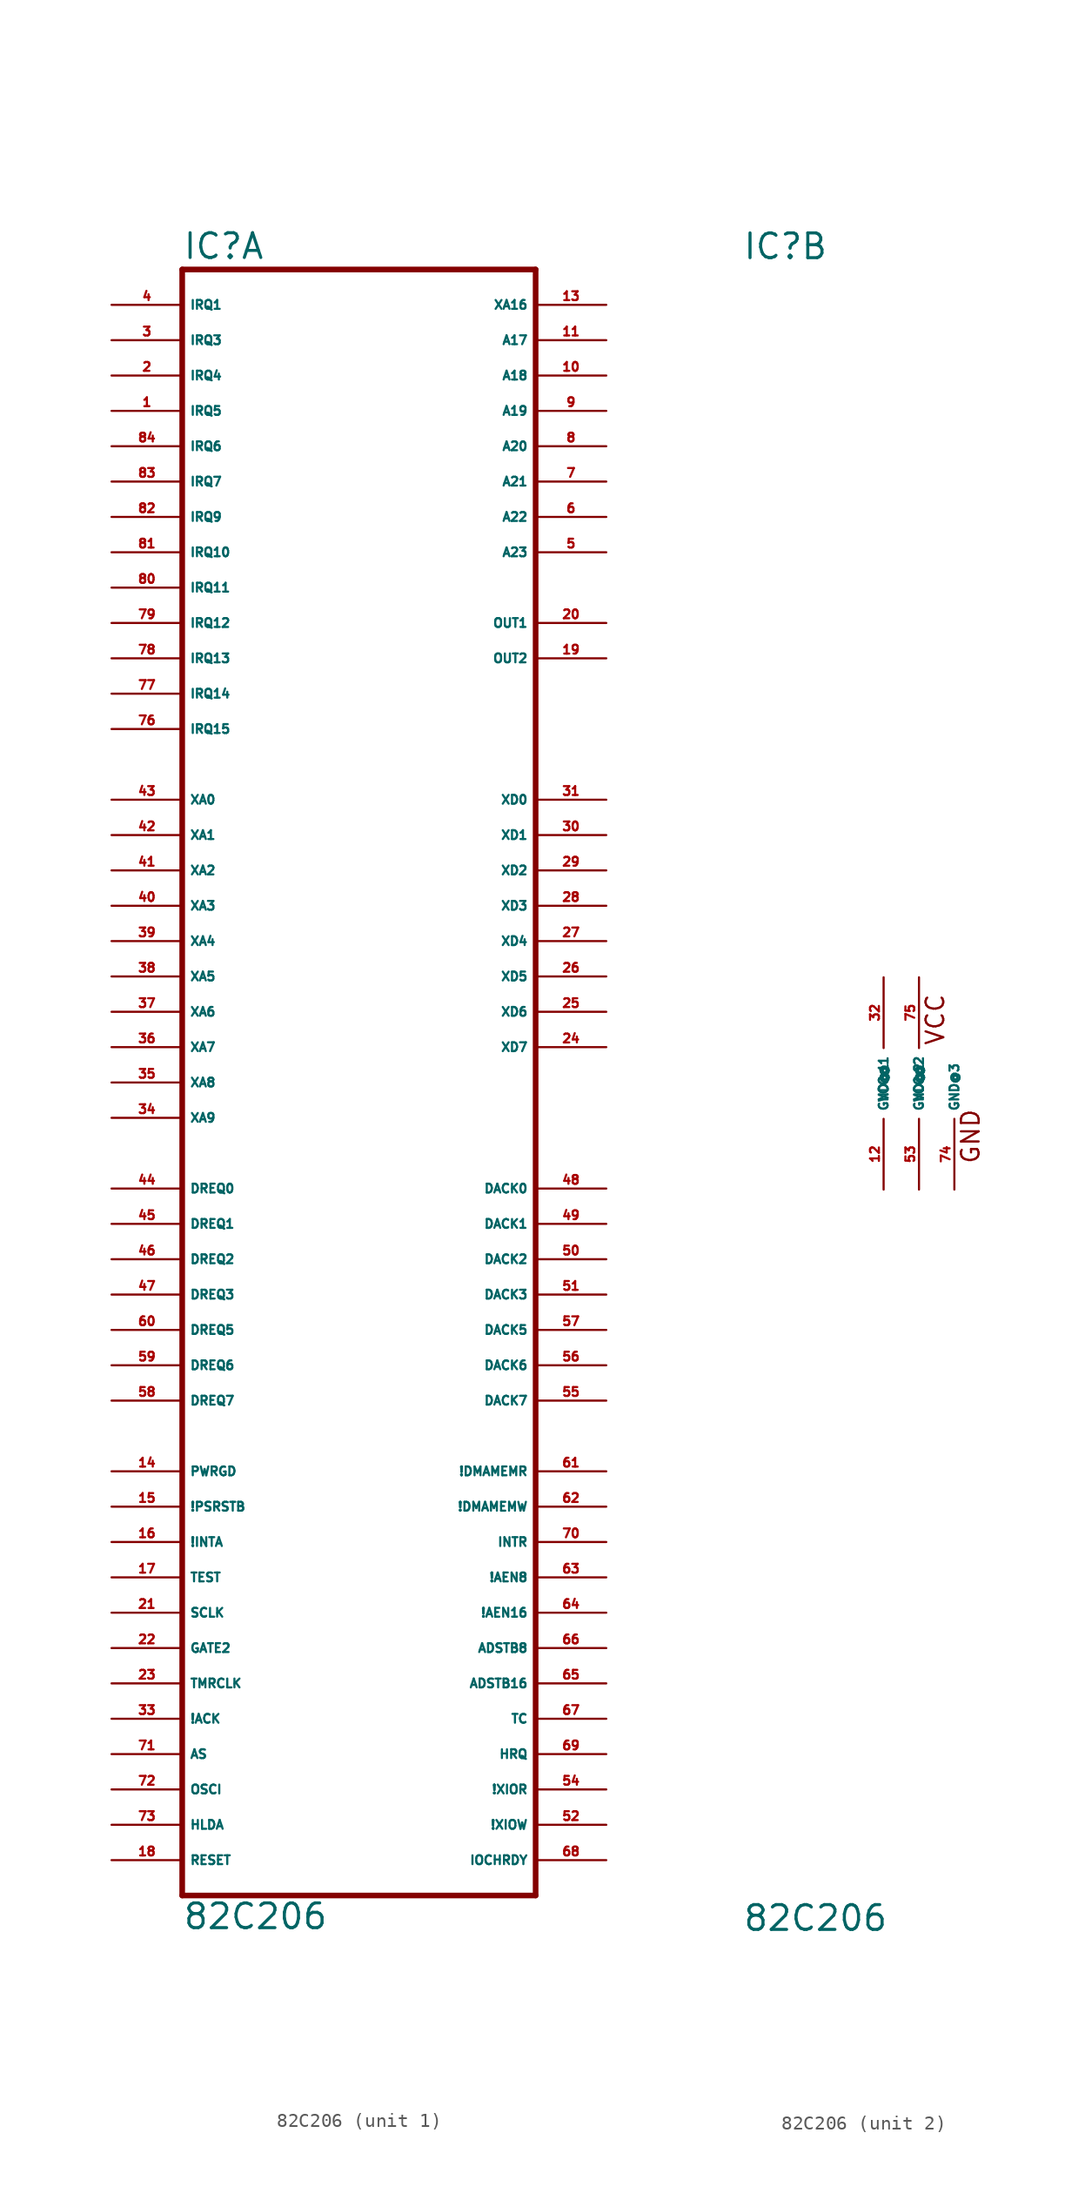
<source format=kicad_sym>
(kicad_symbol_lib
  (version 20220914)
  (generator Eagle2Kicad)
  (symbol "82C206"
    (property "Reference" "IC"
      (at -12.7 59.055 0)
      (effects (font (size 1.778 1.778) (thickness 0.22)) (justify left bottom)))
    (property "Value" "82C206"
      (at -12.7 -60.96 0)
      (effects (font (size 1.778 1.778) (thickness 0.22)) (justify left bottom)))
    (symbol "82C206_1_0"
      (polyline (pts (xy -12.7 -58.42) (xy 12.7 -58.42)) (stroke (width 0.406) (type default)) (fill (type none)))
      (polyline (pts (xy 12.7 -58.42) (xy 12.7 58.42)) (stroke (width 0.406) (type default)) (fill (type none)))
      (polyline (pts (xy 12.7 58.42) (xy -12.7 58.42)) (stroke (width 0.406) (type default)) (fill (type none)))
      (polyline (pts (xy -12.7 58.42) (xy -12.7 -58.42)) (stroke (width 0.406) (type default)) (fill (type none)))
      (pin input line (at -17.78 55.88 0) (length 5.08) (name "IRQ1" (effects (font (size 0.635 0.635) (thickness 0.08)) (justify left bottom))) (number "4" (effects (font (size 0.635 0.635) (thickness 0.08)) (justify left bottom))))
      (pin input line (at -17.78 53.34 0) (length 5.08) (name "IRQ3" (effects (font (size 0.635 0.635) (thickness 0.08)) (justify left bottom))) (number "3" (effects (font (size 0.635 0.635) (thickness 0.08)) (justify left bottom))))
      (pin input line (at -17.78 50.8 0) (length 5.08) (name "IRQ4" (effects (font (size 0.635 0.635) (thickness 0.08)) (justify left bottom))) (number "2" (effects (font (size 0.635 0.635) (thickness 0.08)) (justify left bottom))))
      (pin input line (at -17.78 48.26 0) (length 5.08) (name "IRQ5" (effects (font (size 0.635 0.635) (thickness 0.08)) (justify left bottom))) (number "1" (effects (font (size 0.635 0.635) (thickness 0.08)) (justify left bottom))))
      (pin input line (at -17.78 45.72 0) (length 5.08) (name "IRQ6" (effects (font (size 0.635 0.635) (thickness 0.08)) (justify left bottom))) (number "84" (effects (font (size 0.635 0.635) (thickness 0.08)) (justify left bottom))))
      (pin input line (at -17.78 43.18 0) (length 5.08) (name "IRQ7" (effects (font (size 0.635 0.635) (thickness 0.08)) (justify left bottom))) (number "83" (effects (font (size 0.635 0.635) (thickness 0.08)) (justify left bottom))))
      (pin input line (at -17.78 40.64 0) (length 5.08) (name "IRQ9" (effects (font (size 0.635 0.635) (thickness 0.08)) (justify left bottom))) (number "82" (effects (font (size 0.635 0.635) (thickness 0.08)) (justify left bottom))))
      (pin input line (at -17.78 38.1 0) (length 5.08) (name "IRQ10" (effects (font (size 0.635 0.635) (thickness 0.08)) (justify left bottom))) (number "81" (effects (font (size 0.635 0.635) (thickness 0.08)) (justify left bottom))))
      (pin input line (at -17.78 35.56 0) (length 5.08) (name "IRQ11" (effects (font (size 0.635 0.635) (thickness 0.08)) (justify left bottom))) (number "80" (effects (font (size 0.635 0.635) (thickness 0.08)) (justify left bottom))))
      (pin input line (at -17.78 33.02 0) (length 5.08) (name "IRQ12" (effects (font (size 0.635 0.635) (thickness 0.08)) (justify left bottom))) (number "79" (effects (font (size 0.635 0.635) (thickness 0.08)) (justify left bottom))))
      (pin input line (at -17.78 30.48 0) (length 5.08) (name "IRQ13" (effects (font (size 0.635 0.635) (thickness 0.08)) (justify left bottom))) (number "78" (effects (font (size 0.635 0.635) (thickness 0.08)) (justify left bottom))))
      (pin input line (at -17.78 27.94 0) (length 5.08) (name "IRQ14" (effects (font (size 0.635 0.635) (thickness 0.08)) (justify left bottom))) (number "77" (effects (font (size 0.635 0.635) (thickness 0.08)) (justify left bottom))))
      (pin input line (at -17.78 25.4 0) (length 5.08) (name "IRQ15" (effects (font (size 0.635 0.635) (thickness 0.08)) (justify left bottom))) (number "76" (effects (font (size 0.635 0.635) (thickness 0.08)) (justify left bottom))))
      (pin input line (at -17.78 -2.54 0) (length 5.08) (name "XA9" (effects (font (size 0.635 0.635) (thickness 0.08)) (justify left bottom))) (number "34" (effects (font (size 0.635 0.635) (thickness 0.08)) (justify left bottom))))
      (pin bidirectional line (at -17.78 20.32 0) (length 5.08) (name "XA0" (effects (font (size 0.635 0.635) (thickness 0.08)) (justify left bottom))) (number "43" (effects (font (size 0.635 0.635) (thickness 0.08)) (justify left bottom))))
      (pin bidirectional line (at -17.78 17.78 0) (length 5.08) (name "XA1" (effects (font (size 0.635 0.635) (thickness 0.08)) (justify left bottom))) (number "42" (effects (font (size 0.635 0.635) (thickness 0.08)) (justify left bottom))))
      (pin bidirectional line (at -17.78 15.24 0) (length 5.08) (name "XA2" (effects (font (size 0.635 0.635) (thickness 0.08)) (justify left bottom))) (number "41" (effects (font (size 0.635 0.635) (thickness 0.08)) (justify left bottom))))
      (pin bidirectional line (at -17.78 12.7 0) (length 5.08) (name "XA3" (effects (font (size 0.635 0.635) (thickness 0.08)) (justify left bottom))) (number "40" (effects (font (size 0.635 0.635) (thickness 0.08)) (justify left bottom))))
      (pin bidirectional line (at -17.78 10.16 0) (length 5.08) (name "XA4" (effects (font (size 0.635 0.635) (thickness 0.08)) (justify left bottom))) (number "39" (effects (font (size 0.635 0.635) (thickness 0.08)) (justify left bottom))))
      (pin bidirectional line (at -17.78 7.62 0) (length 5.08) (name "XA5" (effects (font (size 0.635 0.635) (thickness 0.08)) (justify left bottom))) (number "38" (effects (font (size 0.635 0.635) (thickness 0.08)) (justify left bottom))))
      (pin bidirectional line (at -17.78 5.08 0) (length 5.08) (name "XA6" (effects (font (size 0.635 0.635) (thickness 0.08)) (justify left bottom))) (number "37" (effects (font (size 0.635 0.635) (thickness 0.08)) (justify left bottom))))
      (pin bidirectional line (at -17.78 2.54 0) (length 5.08) (name "XA7" (effects (font (size 0.635 0.635) (thickness 0.08)) (justify left bottom))) (number "36" (effects (font (size 0.635 0.635) (thickness 0.08)) (justify left bottom))))
      (pin bidirectional line (at -17.78 0 0) (length 5.08) (name "XA8" (effects (font (size 0.635 0.635) (thickness 0.08)) (justify left bottom))) (number "35" (effects (font (size 0.635 0.635) (thickness 0.08)) (justify left bottom))))
      (pin bidirectional line (at 17.78 20.32 180) (length 5.08) (name "XD0" (effects (font (size 0.635 0.635) (thickness 0.08)) (justify left bottom))) (number "31" (effects (font (size 0.635 0.635) (thickness 0.08)) (justify left bottom))))
      (pin bidirectional line (at 17.78 17.78 180) (length 5.08) (name "XD1" (effects (font (size 0.635 0.635) (thickness 0.08)) (justify left bottom))) (number "30" (effects (font (size 0.635 0.635) (thickness 0.08)) (justify left bottom))))
      (pin bidirectional line (at 17.78 15.24 180) (length 5.08) (name "XD2" (effects (font (size 0.635 0.635) (thickness 0.08)) (justify left bottom))) (number "29" (effects (font (size 0.635 0.635) (thickness 0.08)) (justify left bottom))))
      (pin bidirectional line (at 17.78 12.7 180) (length 5.08) (name "XD3" (effects (font (size 0.635 0.635) (thickness 0.08)) (justify left bottom))) (number "28" (effects (font (size 0.635 0.635) (thickness 0.08)) (justify left bottom))))
      (pin bidirectional line (at 17.78 10.16 180) (length 5.08) (name "XD4" (effects (font (size 0.635 0.635) (thickness 0.08)) (justify left bottom))) (number "27" (effects (font (size 0.635 0.635) (thickness 0.08)) (justify left bottom))))
      (pin bidirectional line (at 17.78 7.62 180) (length 5.08) (name "XD5" (effects (font (size 0.635 0.635) (thickness 0.08)) (justify left bottom))) (number "26" (effects (font (size 0.635 0.635) (thickness 0.08)) (justify left bottom))))
      (pin bidirectional line (at 17.78 5.08 180) (length 5.08) (name "XD6" (effects (font (size 0.635 0.635) (thickness 0.08)) (justify left bottom))) (number "25" (effects (font (size 0.635 0.635) (thickness 0.08)) (justify left bottom))))
      (pin bidirectional line (at 17.78 2.54 180) (length 5.08) (name "XD7" (effects (font (size 0.635 0.635) (thickness 0.08)) (justify left bottom))) (number "24" (effects (font (size 0.635 0.635) (thickness 0.08)) (justify left bottom))))
      (pin input line (at -17.78 -7.62 0) (length 5.08) (name "DREQ0" (effects (font (size 0.635 0.635) (thickness 0.08)) (justify left bottom))) (number "44" (effects (font (size 0.635 0.635) (thickness 0.08)) (justify left bottom))))
      (pin input line (at -17.78 -10.16 0) (length 5.08) (name "DREQ1" (effects (font (size 0.635 0.635) (thickness 0.08)) (justify left bottom))) (number "45" (effects (font (size 0.635 0.635) (thickness 0.08)) (justify left bottom))))
      (pin input line (at -17.78 -12.7 0) (length 5.08) (name "DREQ2" (effects (font (size 0.635 0.635) (thickness 0.08)) (justify left bottom))) (number "46" (effects (font (size 0.635 0.635) (thickness 0.08)) (justify left bottom))))
      (pin input line (at -17.78 -15.24 0) (length 5.08) (name "DREQ3" (effects (font (size 0.635 0.635) (thickness 0.08)) (justify left bottom))) (number "47" (effects (font (size 0.635 0.635) (thickness 0.08)) (justify left bottom))))
      (pin input line (at -17.78 -17.78 0) (length 5.08) (name "DREQ5" (effects (font (size 0.635 0.635) (thickness 0.08)) (justify left bottom))) (number "60" (effects (font (size 0.635 0.635) (thickness 0.08)) (justify left bottom))))
      (pin input line (at -17.78 -20.32 0) (length 5.08) (name "DREQ6" (effects (font (size 0.635 0.635) (thickness 0.08)) (justify left bottom))) (number "59" (effects (font (size 0.635 0.635) (thickness 0.08)) (justify left bottom))))
      (pin input line (at -17.78 -22.86 0) (length 5.08) (name "DREQ7" (effects (font (size 0.635 0.635) (thickness 0.08)) (justify left bottom))) (number "58" (effects (font (size 0.635 0.635) (thickness 0.08)) (justify left bottom))))
      (pin output line (at 17.78 -7.62 180) (length 5.08) (name "DACK0" (effects (font (size 0.635 0.635) (thickness 0.08)) (justify left bottom))) (number "48" (effects (font (size 0.635 0.635) (thickness 0.08)) (justify left bottom))))
      (pin output line (at 17.78 -10.16 180) (length 5.08) (name "DACK1" (effects (font (size 0.635 0.635) (thickness 0.08)) (justify left bottom))) (number "49" (effects (font (size 0.635 0.635) (thickness 0.08)) (justify left bottom))))
      (pin output line (at 17.78 -12.7 180) (length 5.08) (name "DACK2" (effects (font (size 0.635 0.635) (thickness 0.08)) (justify left bottom))) (number "50" (effects (font (size 0.635 0.635) (thickness 0.08)) (justify left bottom))))
      (pin output line (at 17.78 -15.24 180) (length 5.08) (name "DACK3" (effects (font (size 0.635 0.635) (thickness 0.08)) (justify left bottom))) (number "51" (effects (font (size 0.635 0.635) (thickness 0.08)) (justify left bottom))))
      (pin output line (at 17.78 -17.78 180) (length 5.08) (name "DACK5" (effects (font (size 0.635 0.635) (thickness 0.08)) (justify left bottom))) (number "57" (effects (font (size 0.635 0.635) (thickness 0.08)) (justify left bottom))))
      (pin output line (at 17.78 -20.32 180) (length 5.08) (name "DACK6" (effects (font (size 0.635 0.635) (thickness 0.08)) (justify left bottom))) (number "56" (effects (font (size 0.635 0.635) (thickness 0.08)) (justify left bottom))))
      (pin output line (at 17.78 -22.86 180) (length 5.08) (name "DACK7" (effects (font (size 0.635 0.635) (thickness 0.08)) (justify left bottom))) (number "55" (effects (font (size 0.635 0.635) (thickness 0.08)) (justify left bottom))))
      (pin output line (at 17.78 55.88 180) (length 5.08) (name "XA16" (effects (font (size 0.635 0.635) (thickness 0.08)) (justify left bottom))) (number "13" (effects (font (size 0.635 0.635) (thickness 0.08)) (justify left bottom))))
      (pin output line (at 17.78 53.34 180) (length 5.08) (name "A17" (effects (font (size 0.635 0.635) (thickness 0.08)) (justify left bottom))) (number "11" (effects (font (size 0.635 0.635) (thickness 0.08)) (justify left bottom))))
      (pin output line (at 17.78 50.8 180) (length 5.08) (name "A18" (effects (font (size 0.635 0.635) (thickness 0.08)) (justify left bottom))) (number "10" (effects (font (size 0.635 0.635) (thickness 0.08)) (justify left bottom))))
      (pin output line (at 17.78 48.26 180) (length 5.08) (name "A19" (effects (font (size 0.635 0.635) (thickness 0.08)) (justify left bottom))) (number "9" (effects (font (size 0.635 0.635) (thickness 0.08)) (justify left bottom))))
      (pin output line (at 17.78 45.72 180) (length 5.08) (name "A20" (effects (font (size 0.635 0.635) (thickness 0.08)) (justify left bottom))) (number "8" (effects (font (size 0.635 0.635) (thickness 0.08)) (justify left bottom))))
      (pin output line (at 17.78 43.18 180) (length 5.08) (name "A21" (effects (font (size 0.635 0.635) (thickness 0.08)) (justify left bottom))) (number "7" (effects (font (size 0.635 0.635) (thickness 0.08)) (justify left bottom))))
      (pin output line (at 17.78 40.64 180) (length 5.08) (name "A22" (effects (font (size 0.635 0.635) (thickness 0.08)) (justify left bottom))) (number "6" (effects (font (size 0.635 0.635) (thickness 0.08)) (justify left bottom))))
      (pin output line (at 17.78 38.1 180) (length 5.08) (name "A23" (effects (font (size 0.635 0.635) (thickness 0.08)) (justify left bottom))) (number "5" (effects (font (size 0.635 0.635) (thickness 0.08)) (justify left bottom))))
      (pin input line (at -17.78 -27.94 0) (length 5.08) (name "PWRGD" (effects (font (size 0.635 0.635) (thickness 0.08)) (justify left bottom))) (number "14" (effects (font (size 0.635 0.635) (thickness 0.08)) (justify left bottom))))
      (pin input line (at -17.78 -30.48 0) (length 5.08) (name "!PSRSTB" (effects (font (size 0.635 0.635) (thickness 0.08)) (justify left bottom))) (number "15" (effects (font (size 0.635 0.635) (thickness 0.08)) (justify left bottom))))
      (pin input line (at -17.78 -33.02 0) (length 5.08) (name "!INTA" (effects (font (size 0.635 0.635) (thickness 0.08)) (justify left bottom))) (number "16" (effects (font (size 0.635 0.635) (thickness 0.08)) (justify left bottom))))
      (pin input line (at -17.78 -35.56 0) (length 5.08) (name "TEST" (effects (font (size 0.635 0.635) (thickness 0.08)) (justify left bottom))) (number "17" (effects (font (size 0.635 0.635) (thickness 0.08)) (justify left bottom))))
      (pin input line (at -17.78 -55.88 0) (length 5.08) (name "RESET" (effects (font (size 0.635 0.635) (thickness 0.08)) (justify left bottom))) (number "18" (effects (font (size 0.635 0.635) (thickness 0.08)) (justify left bottom))))
      (pin input line (at -17.78 -38.1 0) (length 5.08) (name "SCLK" (effects (font (size 0.635 0.635) (thickness 0.08)) (justify left bottom))) (number "21" (effects (font (size 0.635 0.635) (thickness 0.08)) (justify left bottom))))
      (pin input line (at -17.78 -40.64 0) (length 5.08) (name "GATE2" (effects (font (size 0.635 0.635) (thickness 0.08)) (justify left bottom))) (number "22" (effects (font (size 0.635 0.635) (thickness 0.08)) (justify left bottom))))
      (pin input line (at -17.78 -43.18 0) (length 5.08) (name "TMRCLK" (effects (font (size 0.635 0.635) (thickness 0.08)) (justify left bottom))) (number "23" (effects (font (size 0.635 0.635) (thickness 0.08)) (justify left bottom))))
      (pin input line (at -17.78 -45.72 0) (length 5.08) (name "!ACK" (effects (font (size 0.635 0.635) (thickness 0.08)) (justify left bottom))) (number "33" (effects (font (size 0.635 0.635) (thickness 0.08)) (justify left bottom))))
      (pin input line (at -17.78 -48.26 0) (length 5.08) (name "AS" (effects (font (size 0.635 0.635) (thickness 0.08)) (justify left bottom))) (number "71" (effects (font (size 0.635 0.635) (thickness 0.08)) (justify left bottom))))
      (pin input line (at -17.78 -50.8 0) (length 5.08) (name "OSCI" (effects (font (size 0.635 0.635) (thickness 0.08)) (justify left bottom))) (number "72" (effects (font (size 0.635 0.635) (thickness 0.08)) (justify left bottom))))
      (pin input line (at -17.78 -53.34 0) (length 5.08) (name "HLDA" (effects (font (size 0.635 0.635) (thickness 0.08)) (justify left bottom))) (number "73" (effects (font (size 0.635 0.635) (thickness 0.08)) (justify left bottom))))
      (pin output line (at 17.78 33.02 180) (length 5.08) (name "OUT1" (effects (font (size 0.635 0.635) (thickness 0.08)) (justify left bottom))) (number "20" (effects (font (size 0.635 0.635) (thickness 0.08)) (justify left bottom))))
      (pin output line (at 17.78 30.48 180) (length 5.08) (name "OUT2" (effects (font (size 0.635 0.635) (thickness 0.08)) (justify left bottom))) (number "19" (effects (font (size 0.635 0.635) (thickness 0.08)) (justify left bottom))))
      (pin output line (at 17.78 -27.94 180) (length 5.08) (name "!DMAMEMR" (effects (font (size 0.635 0.635) (thickness 0.08)) (justify left bottom))) (number "61" (effects (font (size 0.635 0.635) (thickness 0.08)) (justify left bottom))))
      (pin output line (at 17.78 -30.48 180) (length 5.08) (name "!DMAMEMW" (effects (font (size 0.635 0.635) (thickness 0.08)) (justify left bottom))) (number "62" (effects (font (size 0.635 0.635) (thickness 0.08)) (justify left bottom))))
      (pin output line (at 17.78 -35.56 180) (length 5.08) (name "!AEN8" (effects (font (size 0.635 0.635) (thickness 0.08)) (justify left bottom))) (number "63" (effects (font (size 0.635 0.635) (thickness 0.08)) (justify left bottom))))
      (pin output line (at 17.78 -38.1 180) (length 5.08) (name "!AEN16" (effects (font (size 0.635 0.635) (thickness 0.08)) (justify left bottom))) (number "64" (effects (font (size 0.635 0.635) (thickness 0.08)) (justify left bottom))))
      (pin output line (at 17.78 -40.64 180) (length 5.08) (name "ADSTB8" (effects (font (size 0.635 0.635) (thickness 0.08)) (justify left bottom))) (number "66" (effects (font (size 0.635 0.635) (thickness 0.08)) (justify left bottom))))
      (pin output line (at 17.78 -43.18 180) (length 5.08) (name "ADSTB16" (effects (font (size 0.635 0.635) (thickness 0.08)) (justify left bottom))) (number "65" (effects (font (size 0.635 0.635) (thickness 0.08)) (justify left bottom))))
      (pin output line (at 17.78 -45.72 180) (length 5.08) (name "TC" (effects (font (size 0.635 0.635) (thickness 0.08)) (justify left bottom))) (number "67" (effects (font (size 0.635 0.635) (thickness 0.08)) (justify left bottom))))
      (pin output line (at 17.78 -48.26 180) (length 5.08) (name "HRQ" (effects (font (size 0.635 0.635) (thickness 0.08)) (justify left bottom))) (number "69" (effects (font (size 0.635 0.635) (thickness 0.08)) (justify left bottom))))
      (pin output line (at 17.78 -33.02 180) (length 5.08) (name "INTR" (effects (font (size 0.635 0.635) (thickness 0.08)) (justify left bottom))) (number "70" (effects (font (size 0.635 0.635) (thickness 0.08)) (justify left bottom))))
      (pin bidirectional line (at 17.78 -53.34 180) (length 5.08) (name "!XIOW" (effects (font (size 0.635 0.635) (thickness 0.08)) (justify left bottom))) (number "52" (effects (font (size 0.635 0.635) (thickness 0.08)) (justify left bottom))))
      (pin bidirectional line (at 17.78 -50.8 180) (length 5.08) (name "!XIOR" (effects (font (size 0.635 0.635) (thickness 0.08)) (justify left bottom))) (number "54" (effects (font (size 0.635 0.635) (thickness 0.08)) (justify left bottom))))
      (pin bidirectional line (at 17.78 -55.88 180) (length 5.08) (name "IOCHRDY" (effects (font (size 0.635 0.635) (thickness 0.08)) (justify left bottom))) (number "68" (effects (font (size 0.635 0.635) (thickness 0.08)) (justify left bottom)))))
    (symbol "82C206_2_0"
      (text "VCC" (at 1.905 2.667 900) (effects (font (size 1.27 1.27) (thickness 0.16)) (justify left bottom)))
      (text "GND" (at 4.445 -5.842 900) (effects (font (size 1.27 1.27) (thickness 0.16)) (justify left bottom)))
      (pin unspecified line (at -2.54 7.62 270) (length 5.08) (name "VCC@1" (effects (font (size 0.635 0.635) (thickness 0.08)) (justify left bottom))) (number "32" (effects (font (size 0.635 0.635) (thickness 0.08)) (justify left bottom))))
      (pin unspecified line (at -2.54 -7.62 90) (length 5.08) (name "GND@1" (effects (font (size 0.635 0.635) (thickness 0.08)) (justify left bottom))) (number "12" (effects (font (size 0.635 0.635) (thickness 0.08)) (justify left bottom))))
      (pin unspecified line (at 0 -7.62 90) (length 5.08) (name "GND@2" (effects (font (size 0.635 0.635) (thickness 0.08)) (justify left bottom))) (number "53" (effects (font (size 0.635 0.635) (thickness 0.08)) (justify left bottom))))
      (pin unspecified line (at 0 7.62 270) (length 5.08) (name "VCC@2" (effects (font (size 0.635 0.635) (thickness 0.08)) (justify left bottom))) (number "75" (effects (font (size 0.635 0.635) (thickness 0.08)) (justify left bottom))))
      (pin unspecified line (at 2.54 -7.62 90) (length 5.08) (name "GND@3" (effects (font (size 0.635 0.635) (thickness 0.08)) (justify left bottom))) (number "74" (effects (font (size 0.635 0.635) (thickness 0.08)) (justify left bottom)))))))
</source>
